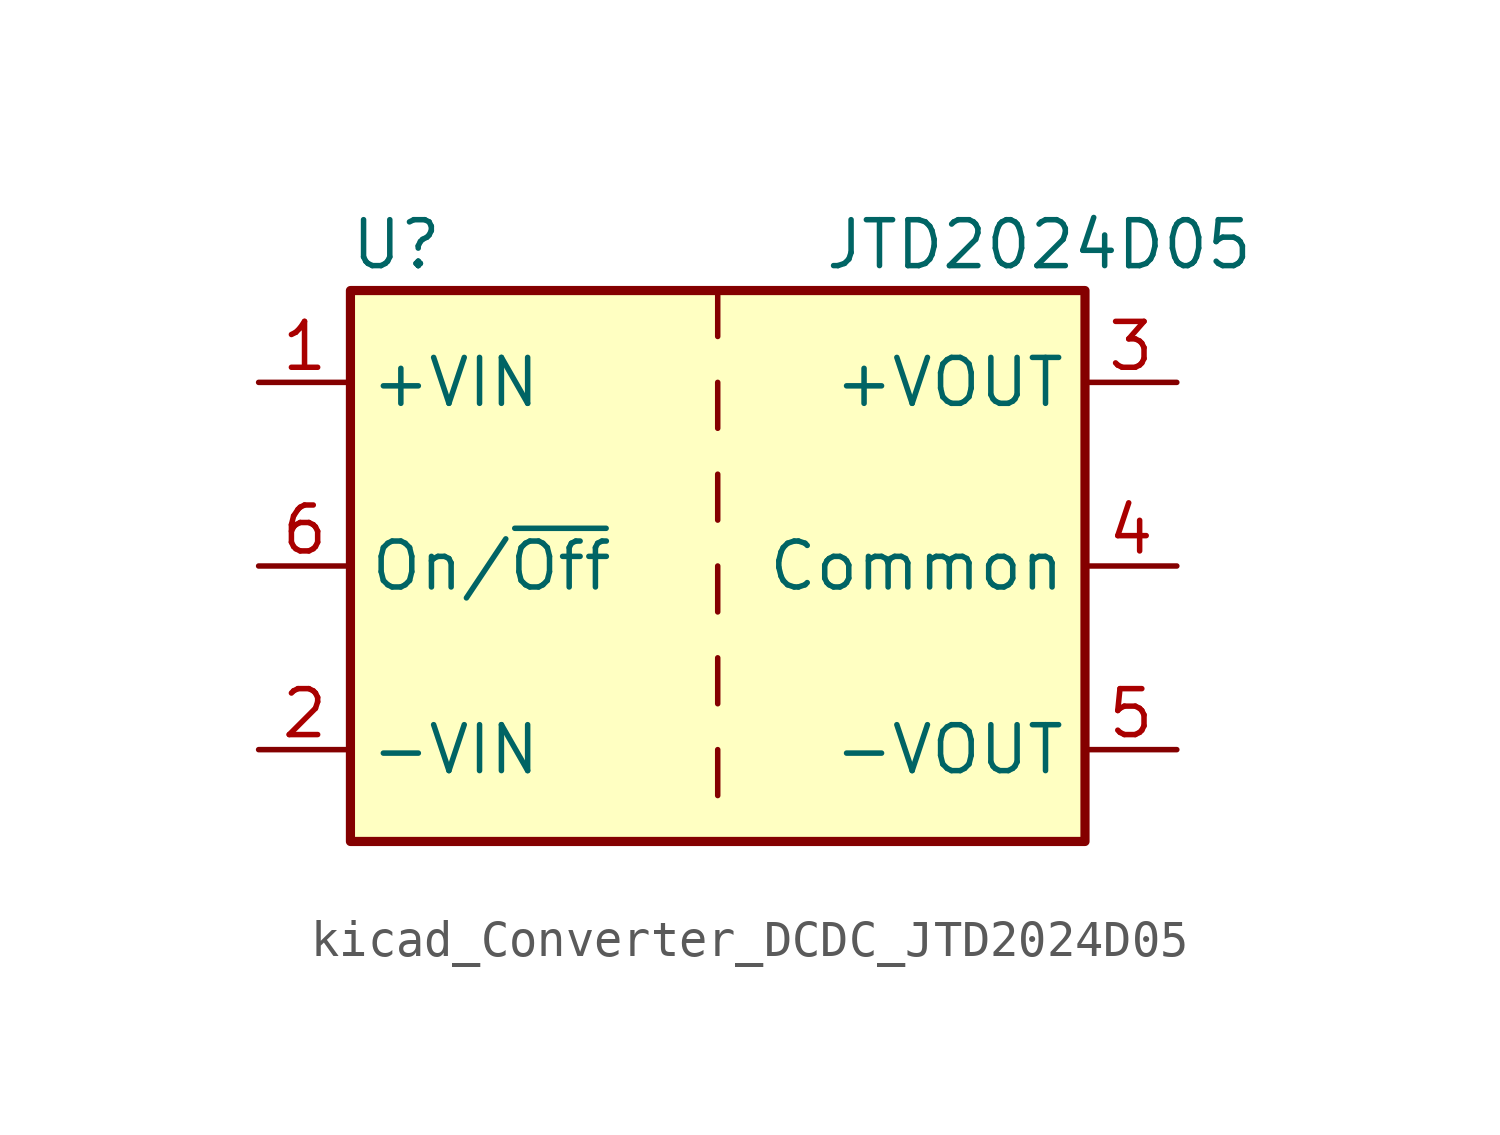
<source format=kicad_sym>
(kicad_symbol_lib
  (version 20220914)
  (generator kicad_symbol_editor)
  (symbol "kicad_Converter_DCDC_JTD2024D05"
    (property "Reference" "U"
      (at -8.89 8.89 0)
      (effects (font (size 1.27 1.27))))
    (property "Value" "JTD2024D05"
      (at 8.89 8.89 0)
      (effects (font (size 1.27 1.27))))
    (symbol "kicad_Converter_DCDC_JTD2024D05_0_1"
      (rectangle (start -10.16 7.62) (end 10.16 -7.62) (stroke (width 0.254) (type default)) (fill (type background)))
      (polyline (pts (xy 0 -5.08) (xy 0 -6.35)) (stroke (width 0) (type default)) (fill (type none)))
      (polyline (pts (xy 0 -2.54) (xy 0 -3.81)) (stroke (width 0) (type default)) (fill (type none)))
      (polyline (pts (xy 0 0) (xy 0 -1.27)) (stroke (width 0) (type default)) (fill (type none)))
      (polyline (pts (xy 0 2.54) (xy 0 1.27)) (stroke (width 0) (type default)) (fill (type none)))
      (polyline (pts (xy 0 5.08) (xy 0 3.81)) (stroke (width 0) (type default)) (fill (type none)))
      (polyline (pts (xy 0 7.62) (xy 0 6.35)) (stroke (width 0) (type default)) (fill (type none))))
    (symbol "kicad_Converter_DCDC_JTD2024D05_1_1"
      (pin power_in line (at -12.7 5.08 0) (length 2.54) (name "+VIN" (effects (font (size 1.27 1.27)))) (number "1" (effects (font (size 1.27 1.27)))))
      (pin power_in line (at -12.7 -5.08 0) (length 2.54) (name "-VIN" (effects (font (size 1.27 1.27)))) (number "2" (effects (font (size 1.27 1.27)))))
      (pin power_out line (at 12.7 5.08 180) (length 2.54) (name "+VOUT" (effects (font (size 1.27 1.27)))) (number "3" (effects (font (size 1.27 1.27)))))
      (pin power_out line (at 12.7 0 180) (length 2.54) (name "Common" (effects (font (size 1.27 1.27)))) (number "4" (effects (font (size 1.27 1.27)))))
      (pin power_out line (at 12.7 -5.08 180) (length 2.54) (name "-VOUT" (effects (font (size 1.27 1.27)))) (number "5" (effects (font (size 1.27 1.27)))))
      (pin input line (at -12.7 0 0) (length 2.54) (name "On/~{Off}" (effects (font (size 1.27 1.27)))) (number "6" (effects (font (size 1.27 1.27))))))))
</source>
